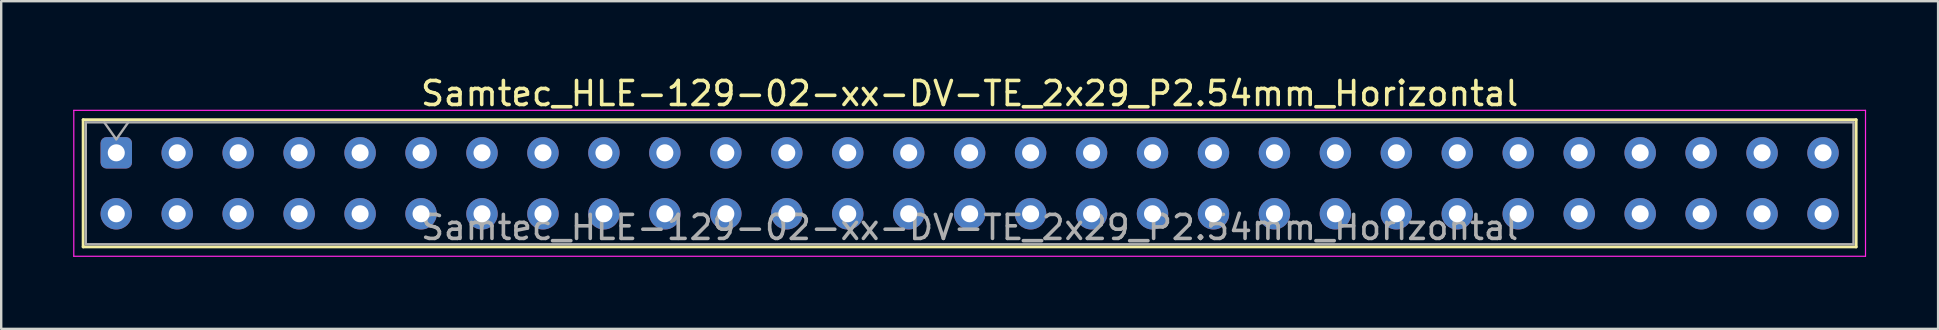
<source format=kicad_pcb>
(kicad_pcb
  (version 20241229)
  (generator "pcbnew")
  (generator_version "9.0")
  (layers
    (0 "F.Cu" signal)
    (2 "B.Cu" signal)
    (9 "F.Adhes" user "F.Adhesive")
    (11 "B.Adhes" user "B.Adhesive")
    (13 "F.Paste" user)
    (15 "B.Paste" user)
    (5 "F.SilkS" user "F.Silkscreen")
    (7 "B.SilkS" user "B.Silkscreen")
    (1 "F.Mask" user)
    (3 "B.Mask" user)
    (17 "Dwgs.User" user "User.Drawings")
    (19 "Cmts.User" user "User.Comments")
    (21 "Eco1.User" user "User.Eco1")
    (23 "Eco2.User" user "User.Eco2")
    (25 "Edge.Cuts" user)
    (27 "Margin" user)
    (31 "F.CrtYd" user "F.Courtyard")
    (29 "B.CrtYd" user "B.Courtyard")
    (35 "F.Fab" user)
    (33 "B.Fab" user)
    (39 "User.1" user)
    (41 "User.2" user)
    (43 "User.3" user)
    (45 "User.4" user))
  (footprint "Samtec_HLE-129-02-xx-DV-TE_2x29_P2.54mm_Horizontal"
    (layer "F.Cu")
    (at 1.795 3.318)
    (property "Reference" "Samtec_HLE-129-02-xx-DV-TE_2x29_P2.54mm_Horizontal" (at 35.56 -2.47 0) (layer "F.SilkS") (effects (font (size 1 1) (thickness 0.15))))
    (attr through_hole)
    (fp_line (start -1.38 -1.38) (end 72.5 -1.38) (stroke (width 0.12) (type solid)) (layer "F.SilkS"))
    (fp_line (start -1.38 3.92) (end -1.38 -1.38) (stroke (width 0.12) (type solid)) (layer "F.SilkS"))
    (fp_line (start 72.5 -1.38) (end 72.5 3.92) (stroke (width 0.12) (type solid)) (layer "F.SilkS"))
    (fp_line (start 72.5 3.92) (end -1.38 3.92) (stroke (width 0.12) (type solid)) (layer "F.SilkS"))
    (fp_line (start -1.77 -1.77) (end 72.89 -1.77) (stroke (width 0.05) (type solid)) (layer "F.CrtYd"))
    (fp_line (start -1.77 4.31) (end -1.77 -1.77) (stroke (width 0.05) (type solid)) (layer "F.CrtYd"))
    (fp_line (start 72.89 -1.77) (end 72.89 4.31) (stroke (width 0.05) (type solid)) (layer "F.CrtYd"))
    (fp_line (start 72.89 4.31) (end -1.77 4.31) (stroke (width 0.05) (type solid)) (layer "F.CrtYd"))
    (fp_line (start -1.27 -1.27) (end 72.39 -1.27) (stroke (width 0.1) (type solid)) (layer "F.Fab"))
    (fp_line (start -1.27 3.81) (end -1.27 -1.27) (stroke (width 0.1) (type solid)) (layer "F.Fab"))
    (fp_line (start -0.5 -1.27) (end 0 -0.563) (stroke (width 0.1) (type solid)) (layer "F.Fab"))
    (fp_line (start 0 -0.563) (end 0.5 -1.27) (stroke (width 0.1) (type solid)) (layer "F.Fab"))
    (fp_line (start 72.39 -1.27) (end 72.39 3.81) (stroke (width 0.1) (type solid)) (layer "F.Fab"))
    (fp_line (start 72.39 3.81) (end -1.27 3.81) (stroke (width 0.1) (type solid)) (layer "F.Fab"))
    (fp_text user "${REFERENCE}" (at 35.56 3.11 0) (layer "F.Fab") (effects (font (size 1 1) (thickness 0.15))))
    (pad "1" thru_hole roundrect (at 0 0) (size 1.31 1.31) (drill 0.71) (layers "*.Cu" "*.Mask") (roundrect_rratio 0.191))
    (pad "2" thru_hole circle (at 0 2.54) (size 1.31 1.31) (drill 0.71) (layers "*.Cu" "*.Mask"))
    (pad "3" thru_hole circle (at 2.54 0) (size 1.31 1.31) (drill 0.71) (layers "*.Cu" "*.Mask"))
    (pad "4" thru_hole circle (at 2.54 2.54) (size 1.31 1.31) (drill 0.71) (layers "*.Cu" "*.Mask"))
    (pad "5" thru_hole circle (at 5.08 0) (size 1.31 1.31) (drill 0.71) (layers "*.Cu" "*.Mask"))
    (pad "6" thru_hole circle (at 5.08 2.54) (size 1.31 1.31) (drill 0.71) (layers "*.Cu" "*.Mask"))
    (pad "7" thru_hole circle (at 7.62 0) (size 1.31 1.31) (drill 0.71) (layers "*.Cu" "*.Mask"))
    (pad "8" thru_hole circle (at 7.62 2.54) (size 1.31 1.31) (drill 0.71) (layers "*.Cu" "*.Mask"))
    (pad "9" thru_hole circle (at 10.16 0) (size 1.31 1.31) (drill 0.71) (layers "*.Cu" "*.Mask"))
    (pad "10" thru_hole circle (at 10.16 2.54) (size 1.31 1.31) (drill 0.71) (layers "*.Cu" "*.Mask"))
    (pad "11" thru_hole circle (at 12.7 0) (size 1.31 1.31) (drill 0.71) (layers "*.Cu" "*.Mask"))
    (pad "12" thru_hole circle (at 12.7 2.54) (size 1.31 1.31) (drill 0.71) (layers "*.Cu" "*.Mask"))
    (pad "13" thru_hole circle (at 15.24 0) (size 1.31 1.31) (drill 0.71) (layers "*.Cu" "*.Mask"))
    (pad "14" thru_hole circle (at 15.24 2.54) (size 1.31 1.31) (drill 0.71) (layers "*.Cu" "*.Mask"))
    (pad "15" thru_hole circle (at 17.78 0) (size 1.31 1.31) (drill 0.71) (layers "*.Cu" "*.Mask"))
    (pad "16" thru_hole circle (at 17.78 2.54) (size 1.31 1.31) (drill 0.71) (layers "*.Cu" "*.Mask"))
    (pad "17" thru_hole circle (at 20.32 0) (size 1.31 1.31) (drill 0.71) (layers "*.Cu" "*.Mask"))
    (pad "18" thru_hole circle (at 20.32 2.54) (size 1.31 1.31) (drill 0.71) (layers "*.Cu" "*.Mask"))
    (pad "19" thru_hole circle (at 22.86 0) (size 1.31 1.31) (drill 0.71) (layers "*.Cu" "*.Mask"))
    (pad "20" thru_hole circle (at 22.86 2.54) (size 1.31 1.31) (drill 0.71) (layers "*.Cu" "*.Mask"))
    (pad "21" thru_hole circle (at 25.4 0) (size 1.31 1.31) (drill 0.71) (layers "*.Cu" "*.Mask"))
    (pad "22" thru_hole circle (at 25.4 2.54) (size 1.31 1.31) (drill 0.71) (layers "*.Cu" "*.Mask"))
    (pad "23" thru_hole circle (at 27.94 0) (size 1.31 1.31) (drill 0.71) (layers "*.Cu" "*.Mask"))
    (pad "24" thru_hole circle (at 27.94 2.54) (size 1.31 1.31) (drill 0.71) (layers "*.Cu" "*.Mask"))
    (pad "25" thru_hole circle (at 30.48 0) (size 1.31 1.31) (drill 0.71) (layers "*.Cu" "*.Mask"))
    (pad "26" thru_hole circle (at 30.48 2.54) (size 1.31 1.31) (drill 0.71) (layers "*.Cu" "*.Mask"))
    (pad "27" thru_hole circle (at 33.02 0) (size 1.31 1.31) (drill 0.71) (layers "*.Cu" "*.Mask"))
    (pad "28" thru_hole circle (at 33.02 2.54) (size 1.31 1.31) (drill 0.71) (layers "*.Cu" "*.Mask"))
    (pad "29" thru_hole circle (at 35.56 0) (size 1.31 1.31) (drill 0.71) (layers "*.Cu" "*.Mask"))
    (pad "30" thru_hole circle (at 35.56 2.54) (size 1.31 1.31) (drill 0.71) (layers "*.Cu" "*.Mask"))
    (pad "31" thru_hole circle (at 38.1 0) (size 1.31 1.31) (drill 0.71) (layers "*.Cu" "*.Mask"))
    (pad "32" thru_hole circle (at 38.1 2.54) (size 1.31 1.31) (drill 0.71) (layers "*.Cu" "*.Mask"))
    (pad "33" thru_hole circle (at 40.64 0) (size 1.31 1.31) (drill 0.71) (layers "*.Cu" "*.Mask"))
    (pad "34" thru_hole circle (at 40.64 2.54) (size 1.31 1.31) (drill 0.71) (layers "*.Cu" "*.Mask"))
    (pad "35" thru_hole circle (at 43.18 0) (size 1.31 1.31) (drill 0.71) (layers "*.Cu" "*.Mask"))
    (pad "36" thru_hole circle (at 43.18 2.54) (size 1.31 1.31) (drill 0.71) (layers "*.Cu" "*.Mask"))
    (pad "37" thru_hole circle (at 45.72 0) (size 1.31 1.31) (drill 0.71) (layers "*.Cu" "*.Mask"))
    (pad "38" thru_hole circle (at 45.72 2.54) (size 1.31 1.31) (drill 0.71) (layers "*.Cu" "*.Mask"))
    (pad "39" thru_hole circle (at 48.26 0) (size 1.31 1.31) (drill 0.71) (layers "*.Cu" "*.Mask"))
    (pad "40" thru_hole circle (at 48.26 2.54) (size 1.31 1.31) (drill 0.71) (layers "*.Cu" "*.Mask"))
    (pad "41" thru_hole circle (at 50.8 0) (size 1.31 1.31) (drill 0.71) (layers "*.Cu" "*.Mask"))
    (pad "42" thru_hole circle (at 50.8 2.54) (size 1.31 1.31) (drill 0.71) (layers "*.Cu" "*.Mask"))
    (pad "43" thru_hole circle (at 53.34 0) (size 1.31 1.31) (drill 0.71) (layers "*.Cu" "*.Mask"))
    (pad "44" thru_hole circle (at 53.34 2.54) (size 1.31 1.31) (drill 0.71) (layers "*.Cu" "*.Mask"))
    (pad "45" thru_hole circle (at 55.88 0) (size 1.31 1.31) (drill 0.71) (layers "*.Cu" "*.Mask"))
    (pad "46" thru_hole circle (at 55.88 2.54) (size 1.31 1.31) (drill 0.71) (layers "*.Cu" "*.Mask"))
    (pad "47" thru_hole circle (at 58.42 0) (size 1.31 1.31) (drill 0.71) (layers "*.Cu" "*.Mask"))
    (pad "48" thru_hole circle (at 58.42 2.54) (size 1.31 1.31) (drill 0.71) (layers "*.Cu" "*.Mask"))
    (pad "49" thru_hole circle (at 60.96 0) (size 1.31 1.31) (drill 0.71) (layers "*.Cu" "*.Mask"))
    (pad "50" thru_hole circle (at 60.96 2.54) (size 1.31 1.31) (drill 0.71) (layers "*.Cu" "*.Mask"))
    (pad "51" thru_hole circle (at 63.5 0) (size 1.31 1.31) (drill 0.71) (layers "*.Cu" "*.Mask"))
    (pad "52" thru_hole circle (at 63.5 2.54) (size 1.31 1.31) (drill 0.71) (layers "*.Cu" "*.Mask"))
    (pad "53" thru_hole circle (at 66.04 0) (size 1.31 1.31) (drill 0.71) (layers "*.Cu" "*.Mask"))
    (pad "54" thru_hole circle (at 66.04 2.54) (size 1.31 1.31) (drill 0.71) (layers "*.Cu" "*.Mask"))
    (pad "55" thru_hole circle (at 68.58 0) (size 1.31 1.31) (drill 0.71) (layers "*.Cu" "*.Mask"))
    (pad "56" thru_hole circle (at 68.58 2.54) (size 1.31 1.31) (drill 0.71) (layers "*.Cu" "*.Mask"))
    (pad "57" thru_hole circle (at 71.12 0) (size 1.31 1.31) (drill 0.71) (layers "*.Cu" "*.Mask"))
    (pad "58" thru_hole circle (at 71.12 2.54) (size 1.31 1.31) (drill 0.71) (layers "*.Cu" "*.Mask")))
  (gr_rect
    (start -3 -3)
    (end 77.71 10.653)
    (stroke (width 0.1) (type default))
    (fill no)
    (layer "Edge.Cuts")))
</source>
